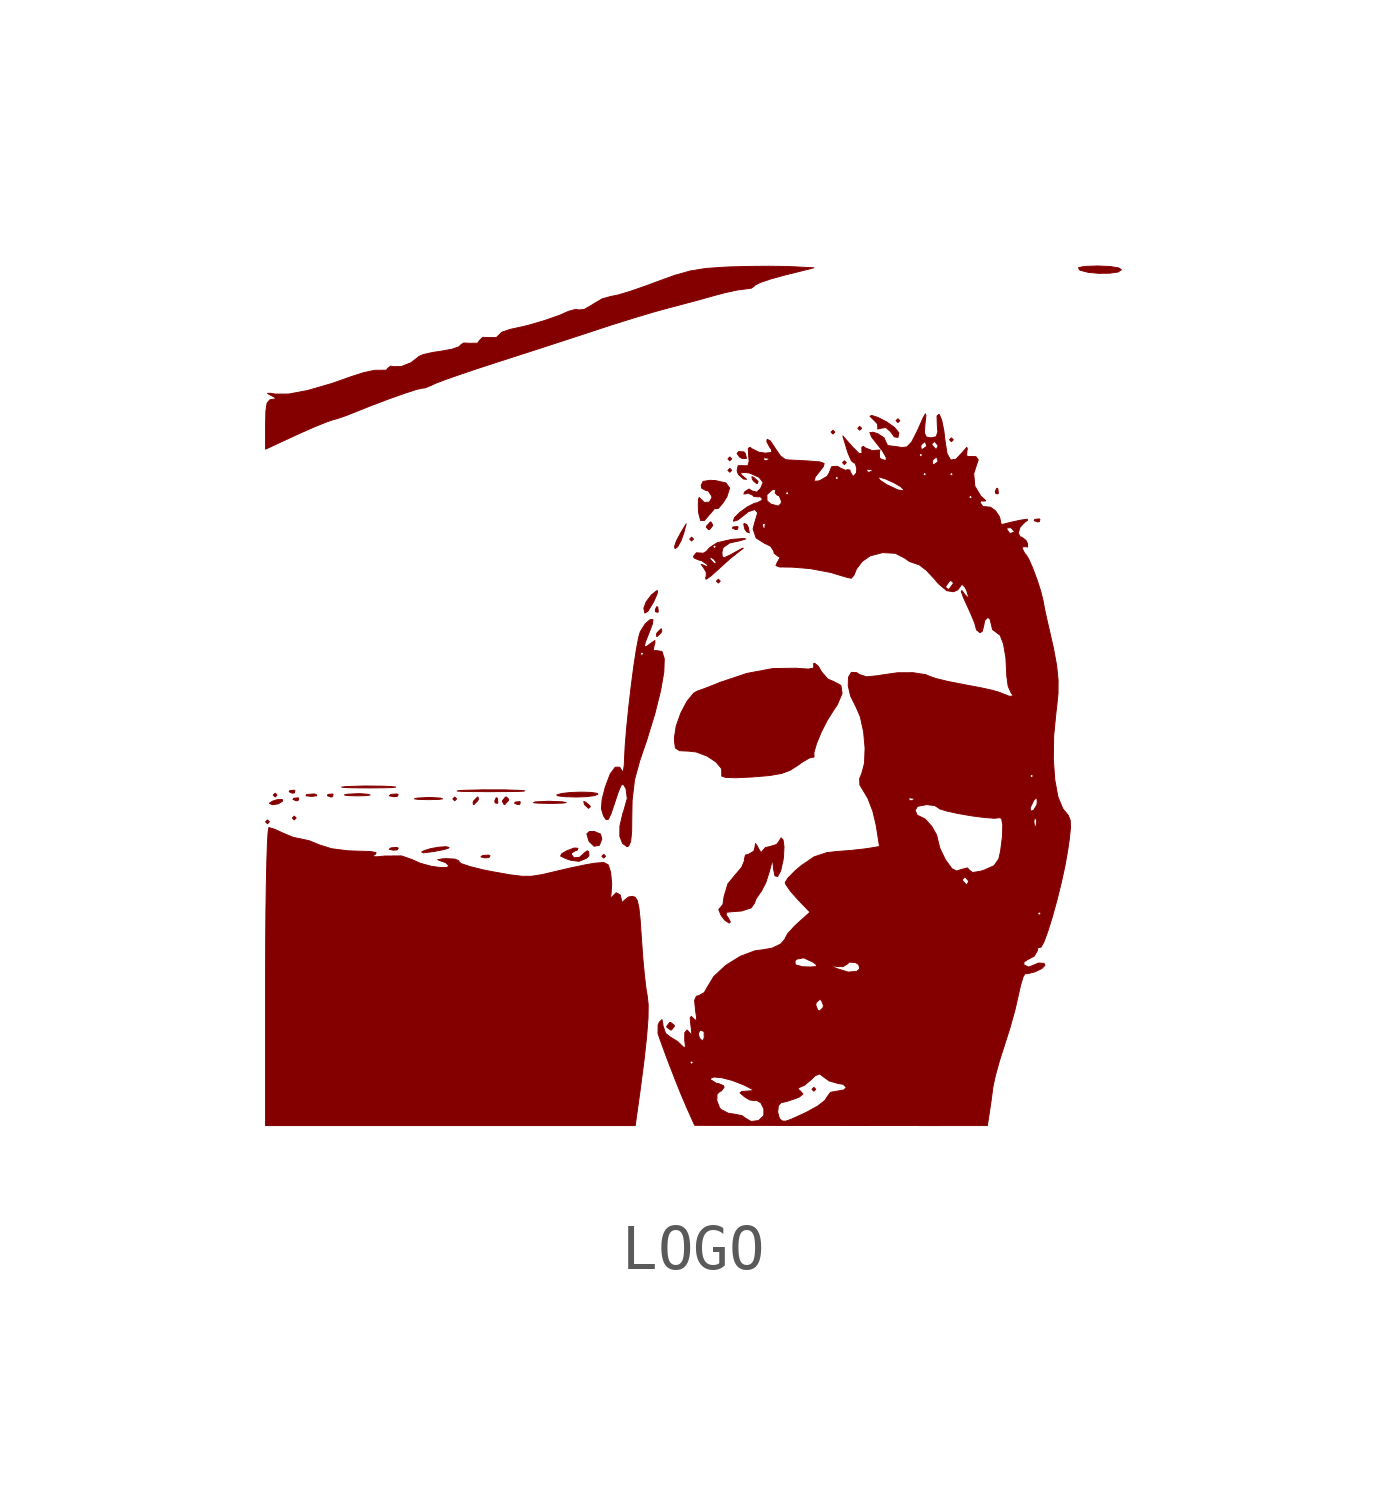
<source format=kicad_sym>
(kicad_symbol_lib
  (version 20220914)
  (generator "bitmap2component")
  (generator_version "9.0")
  (symbol "LOGO"
    (pin_names
      (offset 1.016))
    (property "Reference" "#G"
      (at 0 8.89 0)
      (effects (font (size 1.27 1.27)) hide))
    (symbol "LOGO_0_0"
      (polyline (pts (xy -1.272 -9.081) (xy -1.229 -8.775) (xy -1.14 -8.09) (xy -1.081 -7.551) (xy -1.05 -7.142) (xy -1.046 -6.847) (xy -1.068 -6.651) (xy -1.093 -6.505) (xy -1.129 -6.202) (xy -1.165 -5.816) (xy -1.195 -5.397) (xy -1.196 -5.383) (xy -1.224 -4.971) (xy -1.252 -4.699) (xy -1.288 -4.539) (xy -1.336 -4.464) (xy -1.402 -4.445) (xy -1.484 -4.46) (xy -1.595 -4.551) (xy -1.623 -4.589) (xy -1.644 -4.508) (xy -1.667 -4.414) (xy -1.756 -4.365) (xy -1.857 -4.466) (xy -1.881 -4.483) (xy -1.868 -4.369) (xy -1.855 -4.174) (xy -1.879 -3.917) (xy -1.882 -3.904) (xy -1.932 -3.748) (xy -2.03 -3.695) (xy -2.235 -3.711) (xy -2.455 -3.75) (xy -2.781 -3.819) (xy -3.128 -3.9) (xy -3.404 -3.965) (xy -3.631 -4) (xy -3.852 -4) (xy -4.123 -3.966) (xy -4.503 -3.898) (xy -4.708 -3.857) (xy -4.998 -3.785) (xy -5.188 -3.721) (xy -5.244 -3.674) (xy -5.241 -3.658) (xy -5.327 -3.62) (xy -5.52 -3.61) (xy -5.611 -3.615) (xy -5.711 -3.633) (xy -5.652 -3.658) (xy -5.533 -3.697) (xy -5.461 -3.768) (xy -5.501 -3.803) (xy -5.655 -3.808) (xy -5.874 -3.774) (xy -6.104 -3.71) (xy -6.291 -3.626) (xy -6.515 -3.549) (xy -6.883 -3.552) (xy -7.054 -3.569) (xy -7.163 -3.564) (xy -7.112 -3.523) (xy -7.088 -3.511) (xy -7.078 -3.473) (xy -7.214 -3.451) (xy -7.508 -3.443) (xy -7.705 -3.436) (xy -8.07 -3.389) (xy -8.329 -3.307) (xy -8.336 -3.304) (xy -8.558 -3.213) (xy -8.738 -3.174) (xy -8.914 -3.138) (xy -9.133 -3.047) (xy -9.139 -3.044) (xy -9.329 -2.957) (xy -9.45 -2.921) (xy -9.453 -2.923) (xy -9.47 -3.028) (xy -9.485 -3.283) (xy -9.498 -3.672) (xy -9.509 -4.177) (xy -9.518 -4.782) (xy -9.523 -5.469) (xy -9.525 -6.223) (xy -9.525 -9.525) (xy -5.43 -9.525) (xy -1.334 -9.525) (xy -1.272 -9.081)) (stroke (width 0.01) (type default)) (fill (type outline)))
      (polyline (pts (xy 6.512 -9.25) (xy 6.552 -8.978) (xy 6.592 -8.678) (xy 6.594 -8.66) (xy 6.646 -8.421) (xy 6.736 -8.095) (xy 6.847 -7.747) (xy 6.97 -7.362) (xy 7.082 -6.959) (xy 7.158 -6.627) (xy 7.205 -6.414) (xy 7.263 -6.224) (xy 7.308 -6.157) (xy 7.362 -6.159) (xy 7.522 -6.119) (xy 7.677 -6.045) (xy 7.747 -5.971) (xy 7.724 -5.93) (xy 7.604 -5.923) (xy 7.435 -5.994) (xy 7.387 -6.012) (xy 7.279 -5.965) (xy 7.281 -5.897) (xy 7.4 -5.826) (xy 7.506 -5.772) (xy 7.578 -5.649) (xy 7.586 -5.589) (xy 7.636 -5.575) (xy 7.657 -5.572) (xy 7.722 -5.457) (xy 7.808 -5.224) (xy 7.908 -4.905) (xy 8.011 -4.532) (xy 8.109 -4.136) (xy 8.193 -3.75) (xy 8.253 -3.405) (xy 8.285 -3.182) (xy 8.312 -2.923) (xy 8.306 -2.761) (xy 8.261 -2.649) (xy 8.175 -2.545) (xy 8.139 -2.499) (xy 8.034 -2.243) (xy 7.964 -1.865) (xy 7.931 -1.402) (xy 7.939 -0.889) (xy 7.991 -0.361) (xy 8.001 -0.285) (xy 8.035 0.044) (xy 8.037 0.346) (xy 8.005 0.669) (xy 7.933 1.06) (xy 7.817 1.566) (xy 7.792 1.674) (xy 7.738 1.918) (xy 7.71 2.074) (xy 7.706 2.098) (xy 7.656 2.304) (xy 7.572 2.566) (xy 7.474 2.828) (xy 7.382 3.037) (xy 7.317 3.137) (xy 7.3 3.149) (xy 7.239 3.27) (xy 7.245 3.298) (xy 7.323 3.303) (xy 7.362 3.295) (xy 7.356 3.382) (xy 7.322 3.446) (xy 7.23 3.514) (xy 7.199 3.519) (xy 7.154 3.602) (xy 7.193 3.734) (xy 7.303 3.849) (xy 7.361 3.889) (xy 7.353 3.913) (xy 7.197 3.889) (xy 6.992 3.845) (xy 6.832 3.804) (xy 6.786 3.795) (xy 6.761 3.833) (xy 6.766 3.843) (xy 6.74 3.962) (xy 6.647 4.101) (xy 6.54 4.178) (xy 6.534 4.179) (xy 6.392 4.191) (xy 6.369 4.194) (xy 6.308 4.281) (xy 6.32 4.316) (xy 6.413 4.316) (xy 6.419 4.313) (xy 6.432 4.325) (xy 6.333 4.417) (xy 6.321 4.427) (xy 6.192 4.644) (xy 6.167 4.922) (xy 6.252 5.186) (xy 6.269 5.226) (xy 6.216 5.299) (xy 6.035 5.303) (xy 6.009 5.323) (xy 6.019 5.441) (xy 6.026 5.467) (xy 6.014 5.505) (xy 5.921 5.398) (xy 5.773 5.24) (xy 5.655 5.224) (xy 5.575 5.368) (xy 5.528 5.676) (xy 5.506 5.867) (xy 5.459 6.101) (xy 5.407 6.226) (xy 5.395 6.236) (xy 5.354 6.2) (xy 5.36 6.011) (xy 5.372 5.846) (xy 5.336 5.74) (xy 5.221 5.715) (xy 5.116 5.734) (xy 5.074 5.824) (xy 5.088 6.033) (xy 5.09 6.045) (xy 5.108 6.209) (xy 5.096 6.247) (xy 5.043 6.151) (xy 4.936 5.909) (xy 4.913 5.858) (xy 4.792 5.622) (xy 4.719 5.546) (xy 4.995 5.546) (xy 5.013 5.571) (xy 5.085 5.63) (xy 5.093 5.628) (xy 5.111 5.579) (xy 5.236 5.579) (xy 5.287 5.63) (xy 5.311 5.627) (xy 5.376 5.546) (xy 5.375 5.527) (xy 5.339 5.461) (xy 5.325 5.465) (xy 5.249 5.546) (xy 5.236 5.579) (xy 5.111 5.579) (xy 5.122 5.546) (xy 5.119 5.522) (xy 5.033 5.461) (xy 5.002 5.468) (xy 4.995 5.546) (xy 4.719 5.546) (xy 4.688 5.514) (xy 4.573 5.501) (xy 4.466 5.519) (xy 4.297 5.539) (xy 4.257 5.549) (xy 4.212 5.638) (xy 4.181 5.715) (xy 4.043 5.805) (xy 3.942 5.839) (xy 3.865 5.832) (xy 3.906 5.732) (xy 4.067 5.526) (xy 4.141 5.433) (xy 4.198 5.334) (xy 4.953 5.334) (xy 4.995 5.376) (xy 5.038 5.334) (xy 4.995 5.292) (xy 4.953 5.334) (xy 4.198 5.334) (xy 4.23 5.278) (xy 4.221 5.208) (xy 4.111 5.247) (xy 4.079 5.276) (xy 4.077 5.397) (xy 4.09 5.446) (xy 4.003 5.44) (xy 3.93 5.428) (xy 3.772 5.489) (xy 3.719 5.529) (xy 3.687 5.503) (xy 3.687 5.502) (xy 3.692 5.366) (xy 3.624 5.371) (xy 3.475 5.52) (xy 3.267 5.757) (xy 3.361 5.443) (xy 3.382 5.378) (xy 3.454 5.212) (xy 3.459 5.207) (xy 5.249 5.207) (xy 5.267 5.232) (xy 5.339 5.292) (xy 5.347 5.29) (xy 5.376 5.207) (xy 5.373 5.184) (xy 5.287 5.122) (xy 5.256 5.129) (xy 5.249 5.207) (xy 3.459 5.207) (xy 3.509 5.162) (xy 3.543 5.151) (xy 3.575 5.032) (xy 3.574 5.01) (xy 3.796 5.01) (xy 3.808 5.02) (xy 3.909 5.01) (xy 3.922 4.984) (xy 3.852 4.953) (xy 3.808 4.959) (xy 3.796 5.01) (xy 3.574 5.01) (xy 3.568 4.938) (xy 3.545 4.911) (xy 5.038 4.911) (xy 5.08 4.953) (xy 5.122 4.911) (xy 5.63 4.911) (xy 5.673 4.953) (xy 5.715 4.911) (xy 5.673 4.868) (xy 5.63 4.911) (xy 5.122 4.911) (xy 5.08 4.868) (xy 5.038 4.911) (xy 3.545 4.911) (xy 3.508 4.868) (xy 3.482 4.874) (xy 3.429 4.967) (xy 3.425 5.001) (xy 3.373 5.01) (xy 3.326 4.995) (xy 3.202 5.051) (xy 3.148 5.085) (xy 3.019 5.076) (xy 2.963 4.934) (xy 2.918 4.861) (xy 2.858 4.826) (xy 3.09 4.826) (xy 3.133 4.868) (xy 3.161 4.84) (xy 4.05 4.84) (xy 4.077 4.845) (xy 4.21 4.806) (xy 4.389 4.726) (xy 4.547 4.636) (xy 4.614 4.57) (xy 4.598 4.542) (xy 4.485 4.562) (xy 4.248 4.673) (xy 4.231 4.683) (xy 4.087 4.778) (xy 4.05 4.84) (xy 3.161 4.84) (xy 3.175 4.826) (xy 3.133 4.784) (xy 3.09 4.826) (xy 2.858 4.826) (xy 2.768 4.773) (xy 2.722 4.758) (xy 2.627 4.755) (xy 2.655 4.848) (xy 2.808 5.045) (xy 2.838 5.084) (xy 2.852 5.148) (xy 2.756 5.182) (xy 2.519 5.201) (xy 2.396 5.208) (xy 2.153 5.221) (xy 2.006 5.229) (xy 2 5.23) (xy 1.886 5.311) (xy 1.767 5.483) (xy 1.754 5.507) (xy 1.656 5.65) (xy 1.59 5.683) (xy 1.582 5.631) (xy 1.649 5.505) (xy 1.685 5.459) (xy 1.69 5.392) (xy 1.551 5.376) (xy 1.405 5.397) (xy 1.247 5.476) (xy 1.212 5.505) (xy 1.171 5.483) (xy 1.18 5.316) (xy 1.185 5.263) (xy 1.51 5.263) (xy 1.522 5.274) (xy 1.623 5.263) (xy 1.636 5.238) (xy 1.566 5.207) (xy 1.522 5.213) (xy 1.51 5.263) (xy 1.185 5.263) (xy 1.191 5.196) (xy 1.163 5.096) (xy 1.057 5.098) (xy 0.947 5.099) (xy 0.924 4.987) (xy 0.952 4.904) (xy 1.066 4.803) (xy 1.066 4.803) (xy 1.134 4.796) (xy 1.058 4.861) (xy 1.032 4.88) (xy 0.988 4.937) (xy 1.101 4.949) (xy 1.209 4.933) (xy 1.409 4.842) (xy 1.413 4.839) (xy 1.501 4.728) (xy 1.444 4.593) (xy 1.358 4.511) (xy 1.251 4.54) (xy 1.189 4.581) (xy 1.097 4.524) (xy 1.073 4.471) (xy 1.124 4.476) (xy 1.163 4.491) (xy 1.246 4.455) (xy 1.583 4.455) (xy 1.698 4.562) (xy 1.764 4.577) (xy 1.777 4.529) (xy 1.764 4.497) (xy 1.774 4.487) (xy 1.99 4.487) (xy 2.032 4.53) (xy 2.074 4.487) (xy 2.032 4.445) (xy 1.99 4.487) (xy 1.774 4.487) (xy 1.815 4.445) (xy 1.857 4.431) (xy 1.869 4.403) (xy 6.054 4.403) (xy 6.096 4.445) (xy 6.138 4.403) (xy 6.096 4.36) (xy 6.054 4.403) (xy 1.869 4.403) (xy 1.905 4.318) (xy 1.901 4.263) (xy 1.838 4.202) (xy 1.672 4.247) (xy 1.587 4.32) (xy 1.583 4.455) (xy 1.246 4.455) (xy 1.27 4.445) (xy 1.294 4.417) (xy 1.403 4.406) (xy 1.431 4.418) (xy 1.482 4.365) (xy 1.471 4.328) (xy 1.366 4.276) (xy 1.305 4.263) (xy 1.149 4.183) (xy 0.986 4.065) (xy 0.866 3.947) (xy 0.843 3.871) (xy 0.847 3.867) (xy 0.942 3.897) (xy 1.092 4.014) (xy 1.174 4.08) (xy 1.317 4.127) (xy 1.38 4.055) (xy 1.328 3.883) (xy 1.296 3.768) (xy 1.482 3.768) (xy 1.488 3.812) (xy 1.538 3.824) (xy 1.548 3.812) (xy 1.538 3.711) (xy 1.513 3.698) (xy 1.482 3.768) (xy 1.296 3.768) (xy 1.278 3.698) (xy 1.281 3.688) (xy 6.9 3.688) (xy 6.907 3.719) (xy 6.985 3.725) (xy 7.01 3.708) (xy 7.07 3.636) (xy 7.067 3.627) (xy 6.985 3.598) (xy 6.962 3.602) (xy 6.9 3.688) (xy 1.281 3.688) (xy 1.345 3.497) (xy 1.534 3.377) (xy 1.664 3.316) (xy 1.736 3.208) (xy 1.745 3.158) (xy 1.831 3.09) (xy 1.878 3.069) (xy 1.823 2.967) (xy 1.814 2.955) (xy 1.785 2.885) (xy 1.867 2.854) (xy 2.088 2.851) (xy 2.137 2.851) (xy 2.541 2.818) (xy 2.984 2.735) (xy 3.365 2.622) (xy 3.455 2.604) (xy 3.514 2.674) (xy 3.514 2.674) (xy 3.568 2.809) (xy 3.698 2.979) (xy 3.87 3.099) (xy 4.148 3.172) (xy 4.43 3.157) (xy 4.644 3.048) (xy 4.738 2.977) (xy 4.901 2.921) (xy 4.959 2.902) (xy 5.116 2.783) (xy 5.294 2.592) (xy 5.387 2.483) (xy 5.482 2.403) (xy 5.546 2.403) (xy 5.549 2.428) (xy 5.63 2.54) (xy 5.663 2.554) (xy 5.715 2.508) (xy 5.712 2.483) (xy 5.63 2.371) (xy 5.598 2.357) (xy 5.546 2.403) (xy 5.482 2.403) (xy 5.57 2.328) (xy 5.721 2.305) (xy 5.814 2.347) (xy 5.886 2.444) (xy 5.902 2.476) (xy 5.969 2.413) (xy 6.009 2.341) (xy 6.051 2.201) (xy 6.036 2.176) (xy 5.969 2.244) (xy 5.905 2.331) (xy 5.891 2.311) (xy 5.942 2.17) (xy 6.054 1.925) (xy 6.101 1.822) (xy 6.189 1.611) (xy 6.223 1.486) (xy 6.226 1.462) (xy 6.308 1.397) (xy 6.357 1.429) (xy 6.392 1.566) (xy 6.408 1.665) (xy 6.477 1.736) (xy 6.526 1.704) (xy 6.562 1.566) (xy 6.583 1.468) (xy 6.678 1.397) (xy 6.753 1.342) (xy 6.828 1.147) (xy 6.88 0.843) (xy 6.899 0.462) (xy 6.9 0.435) (xy 6.931 0.21) (xy 6.996 0.065) (xy 7.045 -0.001) (xy 6.975 -0.013) (xy 6.935 -0.005) (xy 6.764 0.064) (xy 6.746 0.072) (xy 6.587 0.119) (xy 6.32 0.178) (xy 5.991 0.24) (xy 5.905 0.256) (xy 5.585 0.319) (xy 5.335 0.38) (xy 5.205 0.425) (xy 5.104 0.467) (xy 4.823 0.511) (xy 4.474 0.509) (xy 4.118 0.458) (xy 4.066 0.447) (xy 3.793 0.419) (xy 3.635 0.47) (xy 3.574 0.512) (xy 3.456 0.518) (xy 3.392 0.41) (xy 3.386 0.223) (xy 3.44 -0.008) (xy 3.56 -0.248) (xy 3.654 -0.465) (xy 3.727 -0.797) (xy 3.76 -1.162) (xy 3.747 -1.496) (xy 3.684 -1.734) (xy 3.664 -1.778) (xy 7.408 -1.778) (xy 7.451 -1.736) (xy 7.493 -1.778) (xy 7.451 -1.82) (xy 7.408 -1.778) (xy 3.664 -1.778) (xy 3.64 -1.833) (xy 3.645 -1.978) (xy 3.757 -2.163) (xy 3.821 -2.272) (xy 4.727 -2.272) (xy 4.74 -2.262) (xy 4.84 -2.272) (xy 4.853 -2.297) (xy 4.784 -2.328) (xy 4.739 -2.322) (xy 4.727 -2.272) (xy 3.821 -2.272) (xy 3.824 -2.278) (xy 3.925 -2.54) (xy 4.868 -2.54) (xy 4.921 -2.451) (xy 5.122 -2.413) (xy 5.125 -2.413) (xy 5.303 -2.433) (xy 5.376 -2.478) (xy 5.383 -2.483) (xy 7.418 -2.483) (xy 7.493 -2.328) (xy 7.504 -2.311) (xy 7.563 -2.25) (xy 7.576 -2.345) (xy 7.567 -2.419) (xy 7.493 -2.54) (xy 7.431 -2.557) (xy 7.418 -2.483) (xy 5.383 -2.483) (xy 5.415 -2.508) (xy 5.581 -2.558) (xy 5.833 -2.612) (xy 6.123 -2.662) (xy 6.403 -2.698) (xy 6.625 -2.715) (xy 6.741 -2.703) (xy 6.785 -2.718) (xy 6.797 -2.787) (xy 7.5 -2.787) (xy 7.513 -2.704) (xy 7.551 -2.736) (xy 7.564 -2.785) (xy 7.544 -2.898) (xy 7.515 -2.897) (xy 7.5 -2.787) (xy 6.797 -2.787) (xy 6.811 -2.862) (xy 6.804 -3.115) (xy 6.762 -3.447) (xy 6.722 -3.618) (xy 6.619 -3.765) (xy 6.407 -3.861) (xy 6.314 -3.89) (xy 6.142 -3.917) (xy 6.072 -3.865) (xy 6.027 -3.815) (xy 5.884 -3.852) (xy 5.79 -3.884) (xy 5.683 -3.832) (xy 5.552 -3.651) (xy 5.526 -3.607) (xy 5.418 -3.381) (xy 5.373 -3.207) (xy 5.347 -3.091) (xy 5.239 -2.898) (xy 5.094 -2.735) (xy 4.96 -2.667) (xy 4.918 -2.653) (xy 4.868 -2.54) (xy 3.925 -2.54) (xy 3.932 -2.558) (xy 4.006 -2.871) (xy 4.08 -3.341) (xy 3.818 -3.384) (xy 3.728 -3.397) (xy 3.441 -3.428) (xy 3.129 -3.452) (xy 2.913 -3.476) (xy 2.632 -3.569) (xy 2.346 -3.764) (xy 2.208 -3.881) (xy 2.051 -4.04) (xy 2.03 -4.074) (xy 5.913 -4.074) (xy 5.964 -4.022) (xy 5.989 -4.025) (xy 6.054 -4.106) (xy 6.053 -4.125) (xy 6.016 -4.191) (xy 6.003 -4.187) (xy 5.927 -4.106) (xy 5.913 -4.074) (xy 2.03 -4.074) (xy 1.99 -4.138) (xy 2.002 -4.177) (xy 2.101 -4.323) (xy 2.265 -4.51) (xy 2.54 -4.795) (xy 2.506 -4.826) (xy 7.578 -4.826) (xy 7.62 -4.784) (xy 7.662 -4.826) (xy 7.62 -4.868) (xy 7.578 -4.826) (xy 2.506 -4.826) (xy 2.265 -5.042) (xy 2.194 -5.109) (xy 2.048 -5.269) (xy 1.99 -5.372) (xy 1.986 -5.393) (xy 1.889 -5.502) (xy 1.701 -5.593) (xy 1.49 -5.63) (xy 1.322 -5.651) (xy 0.993 -5.775) (xy 0.83 -5.877) (xy 2.206 -5.877) (xy 2.242 -5.837) (xy 2.402 -5.808) (xy 2.61 -5.905) (xy 2.675 -5.956) (xy 2.68 -5.98) (xy 3.022 -5.98) (xy 3.15 -6.001) (xy 3.271 -6.003) (xy 3.366 -5.945) (xy 3.409 -5.904) (xy 3.545 -5.911) (xy 3.62 -5.958) (xy 3.641 -6.053) (xy 3.578 -6.106) (xy 3.385 -6.124) (xy 3.133 -6.046) (xy 3.055 -6.008) (xy 3.022 -5.98) (xy 2.68 -5.98) (xy 2.684 -6.002) (xy 2.542 -6.011) (xy 2.373 -6.005) (xy 2.213 -5.962) (xy 2.206 -5.877) (xy 0.83 -5.877) (xy 0.67 -5.978) (xy 0.406 -6.223) (xy 0.255 -6.474) (xy 0.198 -6.576) (xy 0.075 -6.646) (xy 0.022 -6.658) (xy -0.018 -6.749) (xy -0.008 -6.858) (xy 2.667 -6.858) (xy 2.676 -6.8) (xy 2.752 -6.731) (xy 2.791 -6.745) (xy 2.836 -6.858) (xy 2.827 -6.916) (xy 2.752 -6.985) (xy 2.713 -6.971) (xy 2.667 -6.858) (xy -0.008 -6.858) (xy 0.002 -6.964) (xy 0.025 -7.125) (xy 0.015 -7.205) (xy -0.043 -7.154) (xy -0.091 -7.104) (xy -0.116 -7.141) (xy -0.098 -7.324) (xy -0.09 -7.379) (xy -0.081 -7.495) (xy 0.063 -7.495) (xy 0.097 -7.412) (xy 0.178 -7.431) (xy 0.194 -7.457) (xy 0.194 -7.589) (xy 0.157 -7.653) (xy 0.092 -7.589) (xy 0.063 -7.495) (xy -0.081 -7.495) (xy -0.08 -7.513) (xy -0.098 -7.514) (xy -0.11 -7.486) (xy -0.185 -7.407) (xy -0.236 -7.467) (xy -0.237 -7.641) (xy -0.222 -7.752) (xy -0.237 -7.813) (xy -0.312 -7.742) (xy -0.39 -7.666) (xy -0.572 -7.554) (xy -0.662 -7.48) (xy -0.721 -7.305) (xy -0.721 -7.278) (xy -0.741 -7.178) (xy -0.798 -7.231) (xy -0.827 -7.298) (xy -0.829 -7.485) (xy -0.773 -7.646) (xy -0.639 -8.013) (xy -0.595 -8.128) (xy -0.127 -8.128) (xy -0.085 -8.086) (xy -0.042 -8.128) (xy -0.085 -8.17) (xy -0.127 -8.128) (xy -0.595 -8.128) (xy -0.479 -8.427) (xy -0.459 -8.48) (xy 0.331 -8.48) (xy 0.407 -8.448) (xy 0.582 -8.464) (xy 0.813 -8.523) (xy 1.058 -8.618) (xy 1.105 -8.64) (xy 1.256 -8.718) (xy 1.264 -8.752) (xy 1.143 -8.762) (xy 1.028 -8.768) (xy 0.987 -8.8) (xy 1.092 -8.89) (xy 1.208 -8.958) (xy 1.315 -8.973) (xy 1.35 -8.962) (xy 1.449 -9.02) (xy 1.518 -9.155) (xy 1.517 -9.229) (xy 1.823 -9.229) (xy 1.837 -9.085) (xy 1.899 -9.017) (xy 2.019 -8.992) (xy 2.214 -8.927) (xy 2.303 -8.891) (xy 2.383 -8.826) (xy 2.325 -8.759) (xy 2.265 -8.71) (xy 2.304 -8.68) (xy 2.415 -8.633) (xy 2.568 -8.504) (xy 2.655 -8.418) (xy 2.754 -8.381) (xy 2.862 -8.462) (xy 2.966 -8.536) (xy 3.169 -8.594) (xy 3.273 -8.61) (xy 3.344 -8.678) (xy 3.292 -8.734) (xy 3.133 -8.763) (xy 2.995 -8.788) (xy 2.921 -8.887) (xy 2.875 -8.963) (xy 2.711 -9.092) (xy 2.468 -9.226) (xy 2.352 -9.281) (xy 2.126 -9.384) (xy 1.998 -9.428) (xy 1.928 -9.425) (xy 1.877 -9.384) (xy 1.861 -9.365) (xy 1.823 -9.229) (xy 1.517 -9.229) (xy 1.516 -9.303) (xy 1.516 -9.304) (xy 1.4 -9.414) (xy 1.232 -9.435) (xy 1.101 -9.356) (xy 1.031 -9.305) (xy 0.859 -9.271) (xy 0.73 -9.252) (xy 0.567 -9.169) (xy 0.534 -9.129) (xy 0.474 -8.974) (xy 0.479 -8.828) (xy 0.55 -8.763) (xy 0.571 -8.761) (xy 0.635 -8.678) (xy 0.622 -8.641) (xy 0.513 -8.594) (xy 0.461 -8.587) (xy 0.339 -8.51) (xy 0.331 -8.48) (xy -0.459 -8.48) (xy -0.323 -8.819) (xy -0.195 -9.12) (xy -0.016 -9.52) (xy 3.227 -9.523) (xy 6.469 -9.526) (xy 6.512 -9.25)) (stroke (width 0.01) (type default)) (fill (type outline)))
      (polyline (pts (xy -0.53 -7.406) (xy -0.466 -7.324) (xy -0.468 -7.303) (xy -0.55 -7.239) (xy -0.571 -7.241) (xy -0.635 -7.324) (xy -0.633 -7.344) (xy -0.55 -7.408) (xy -0.53 -7.406)) (stroke (width 0.01) (type default)) (fill (type outline)))
      (polyline (pts (xy 0.774 -5.013) (xy 0.72 -4.911) (xy 0.683 -4.862) (xy 0.684 -4.798) (xy 0.829 -4.784) (xy 1.028 -4.769) (xy 1.235 -4.7) (xy 1.312 -4.591) (xy 1.336 -4.512) (xy 1.437 -4.363) (xy 1.458 -4.337) (xy 1.559 -4.142) (xy 1.64 -3.89) (xy 1.644 -3.874) (xy 1.692 -3.694) (xy 1.716 -3.669) (xy 1.727 -3.789) (xy 1.729 -3.828) (xy 1.763 -3.992) (xy 1.822 -4.005) (xy 1.888 -3.882) (xy 1.944 -3.633) (xy 1.952 -3.569) (xy 1.963 -3.347) (xy 1.942 -3.196) (xy 1.9 -3.149) (xy 1.844 -3.239) (xy 1.797 -3.296) (xy 1.644 -3.344) (xy 1.551 -3.363) (xy 1.476 -3.45) (xy 1.454 -3.478) (xy 1.397 -3.387) (xy 1.375 -3.336) (xy 1.332 -3.275) (xy 1.318 -3.365) (xy 1.294 -3.444) (xy 1.176 -3.514) (xy 1.109 -3.53) (xy 1.084 -3.627) (xy 1.087 -3.655) (xy 1.027 -3.8) (xy 0.881 -3.973) (xy 0.719 -4.17) (xy 0.635 -4.452) (xy 0.61 -4.625) (xy 0.55 -4.699) (xy 0.517 -4.736) (xy 0.57 -4.868) (xy 0.652 -4.974) (xy 0.75 -5.038) (xy 0.774 -5.013)) (stroke (width 0.01) (type default)) (fill (type outline)))
      (polyline (pts (xy -2.416 -3.602) (xy -2.36 -3.548) (xy -2.364 -3.455) (xy -2.399 -3.436) (xy -2.474 -3.493) (xy -2.479 -3.505) (xy -2.574 -3.584) (xy -2.693 -3.589) (xy -2.752 -3.514) (xy -2.746 -3.486) (xy -2.653 -3.429) (xy -2.619 -3.425) (xy -2.603 -3.38) (xy -2.686 -3.374) (xy -2.848 -3.435) (xy -2.96 -3.499) (xy -2.988 -3.552) (xy -2.877 -3.606) (xy -2.768 -3.644) (xy -2.58 -3.669) (xy -2.416 -3.602)) (stroke (width 0.01) (type default)) (fill (type outline)))
      (polyline (pts (xy -4.578 -3.586) (xy -4.553 -3.547) (xy -4.583 -3.53) (xy -4.715 -3.54) (xy -4.754 -3.571) (xy -4.664 -3.592) (xy -4.578 -3.586)) (stroke (width 0.01) (type default)) (fill (type outline)))
      (polyline (pts (xy -1.99 -3.556) (xy -2.032 -3.514) (xy -2.074 -3.556) (xy -2.032 -3.598) (xy -1.99 -3.556)) (stroke (width 0.01) (type default)) (fill (type outline)))
      (polyline (pts (xy -5.842 -3.458) (xy -5.769 -3.446) (xy -5.567 -3.407) (xy -5.468 -3.375) (xy -5.46 -3.362) (xy -5.529 -3.345) (xy -5.683 -3.356) (xy -5.864 -3.387) (xy -6.011 -3.433) (xy -6.066 -3.462) (xy -6.034 -3.48) (xy -5.842 -3.458)) (stroke (width 0.01) (type default)) (fill (type outline)))
      (polyline (pts (xy -6.61 -3.416) (xy -6.585 -3.378) (xy -6.615 -3.361) (xy -6.747 -3.371) (xy -6.786 -3.402) (xy -6.696 -3.422) (xy -6.61 -3.416)) (stroke (width 0.01) (type default)) (fill (type outline)))
      (polyline (pts (xy -2.128 -3.313) (xy -2.074 -3.175) (xy -2.102 -3.066) (xy -2.244 -3.006) (xy -2.351 -3.01) (xy -2.406 -3.06) (xy -2.362 -3.21) (xy -2.352 -3.233) (xy -2.244 -3.335) (xy -2.128 -3.313)) (stroke (width 0.01) (type default)) (fill (type outline)))
      (polyline (pts (xy -1.479 -3.33) (xy -1.435 -3.228) (xy -1.413 -3.009) (xy -1.409 -2.646) (xy -1.403 -2.324) (xy -1.35 -1.862) (xy -1.234 -1.439) (xy -1.081 -0.992) (xy -0.897 -0.391) (xy -0.77 0.12) (xy -0.7 0.528) (xy -0.69 0.82) (xy -0.742 0.981) (xy -0.857 1) (xy -0.934 0.999) (xy -0.916 1.113) (xy -0.897 1.167) (xy -0.899 1.224) (xy -1 1.154) (xy -1.083 1.092) (xy -1.133 1.085) (xy -1.11 1.189) (xy -1.016 1.426) (xy -0.952 1.594) (xy -0.941 1.688) (xy -1.005 1.686) (xy -1.11 1.596) (xy -1.222 1.418) (xy -1.258 1.293) (xy -1.31 1.02) (xy -1.323 0.931) (xy -1.228 0.931) (xy -1.185 0.974) (xy -1.143 0.931) (xy -1.185 0.889) (xy -1.228 0.931) (xy -1.323 0.931) (xy -1.367 0.646) (xy -1.424 0.208) (xy -1.478 -0.257) (xy -1.524 -0.711) (xy -1.557 -1.117) (xy -1.573 -1.439) (xy -1.576 -1.526) (xy -1.595 -1.666) (xy -1.623 -1.672) (xy -1.678 -1.584) (xy -1.778 -1.584) (xy -1.888 -1.734) (xy -1.997 -2.024) (xy -2.067 -2.296) (xy -2.083 -2.506) (xy -2.035 -2.662) (xy -1.98 -2.744) (xy -1.93 -2.739) (xy -1.871 -2.616) (xy -1.783 -2.353) (xy -1.704 -2.116) (xy -1.643 -1.978) (xy -1.595 -1.963) (xy -1.544 -2.049) (xy -1.537 -2.065) (xy -1.51 -2.276) (xy -1.59 -2.559) (xy -1.609 -2.612) (xy -1.673 -2.885) (xy -1.675 -3.114) (xy -1.614 -3.271) (xy -1.518 -3.344) (xy -1.479 -3.33)) (stroke (width 0.01) (type default)) (fill (type outline)))
      (polyline (pts (xy -9.44 -2.794) (xy -9.483 -2.752) (xy -9.525 -2.794) (xy -9.483 -2.836) (xy -9.44 -2.794)) (stroke (width 0.01) (type default)) (fill (type outline)))
      (polyline (pts (xy -8.848 -2.709) (xy -8.89 -2.667) (xy -8.932 -2.709) (xy -8.89 -2.752) (xy -8.848 -2.709)) (stroke (width 0.01) (type default)) (fill (type outline)))
      (polyline (pts (xy -2.328 -2.46) (xy -2.336 -2.441) (xy -2.426 -2.362) (xy -2.473 -2.342) (xy -2.463 -2.4) (xy -2.452 -2.417) (xy -2.369 -2.495) (xy -2.328 -2.46)) (stroke (width 0.01) (type default)) (fill (type outline)))
      (polyline (pts (xy -9.242 -2.394) (xy -9.149 -2.336) (xy -9.156 -2.298) (xy -9.271 -2.304) (xy -9.371 -2.336) (xy -9.44 -2.381) (xy -9.44 -2.385) (xy -9.369 -2.415) (xy -9.242 -2.394)) (stroke (width 0.01) (type default)) (fill (type outline)))
      (polyline (pts (xy -4.906 -2.409) (xy -4.826 -2.328) (xy -4.81 -2.298) (xy -4.816 -2.244) (xy -4.831 -2.247) (xy -4.911 -2.328) (xy -4.926 -2.358) (xy -4.921 -2.413) (xy -4.906 -2.409)) (stroke (width 0.01) (type default)) (fill (type outline)))
      (polyline (pts (xy -4.378 -2.372) (xy -4.389 -2.272) (xy -4.414 -2.259) (xy -4.445 -2.328) (xy -4.439 -2.373) (xy -4.389 -2.385) (xy -4.378 -2.372)) (stroke (width 0.01) (type default)) (fill (type outline)))
      (polyline (pts (xy -4.225 -2.409) (xy -4.149 -2.328) (xy -4.136 -2.296) (xy -4.186 -2.244) (xy -4.211 -2.247) (xy -4.276 -2.328) (xy -4.275 -2.347) (xy -4.238 -2.413) (xy -4.225 -2.409)) (stroke (width 0.01) (type default)) (fill (type outline)))
      (polyline (pts (xy -3.892 -2.407) (xy -3.881 -2.357) (xy -3.893 -2.346) (xy -3.994 -2.357) (xy -4.007 -2.382) (xy -3.937 -2.413) (xy -3.892 -2.407)) (stroke (width 0.01) (type default)) (fill (type outline)))
      (polyline (pts (xy -3.145 -2.385) (xy -2.937 -2.379) (xy -2.864 -2.367) (xy -2.944 -2.351) (xy -2.955 -2.35) (xy -3.257 -2.338) (xy -3.537 -2.352) (xy -3.564 -2.356) (xy -3.587 -2.371) (xy -3.465 -2.381) (xy -3.217 -2.385) (xy -3.145 -2.385)) (stroke (width 0.01) (type default)) (fill (type outline)))
      (polyline (pts (xy -8.803 -2.322) (xy -8.791 -2.272) (xy -8.804 -2.262) (xy -8.904 -2.272) (xy -8.917 -2.297) (xy -8.848 -2.328) (xy -8.803 -2.322)) (stroke (width 0.01) (type default)) (fill (type outline)))
      (polyline (pts (xy -5.704 -2.298) (xy -5.603 -2.285) (xy -5.65 -2.268) (xy -5.882 -2.253) (xy -6.158 -2.267) (xy -6.16 -2.267) (xy -6.228 -2.284) (xy -6.144 -2.297) (xy -5.927 -2.302) (xy -5.704 -2.298)) (stroke (width 0.01) (type default)) (fill (type outline)))
      (polyline (pts (xy -5.292 -2.286) (xy -5.334 -2.244) (xy -5.376 -2.286) (xy -5.334 -2.328) (xy -5.292 -2.286)) (stroke (width 0.01) (type default)) (fill (type outline)))
      (polyline (pts (xy -9.271 -2.201) (xy -9.313 -2.159) (xy -9.356 -2.201) (xy -9.313 -2.244) (xy -9.271 -2.201)) (stroke (width 0.01) (type default)) (fill (type outline)))
      (polyline (pts (xy -8.393 -2.218) (xy -8.403 -2.188) (xy -8.441 -2.176) (xy -8.615 -2.188) (xy -8.629 -2.217) (xy -8.509 -2.23) (xy -8.393 -2.218)) (stroke (width 0.01) (type default)) (fill (type outline)))
      (polyline (pts (xy -8.041 -2.237) (xy -8.029 -2.187) (xy -8.042 -2.177) (xy -8.142 -2.187) (xy -8.155 -2.213) (xy -8.086 -2.244) (xy -8.041 -2.237)) (stroke (width 0.01) (type default)) (fill (type outline)))
      (polyline (pts (xy -7.304 -2.214) (xy -7.208 -2.201) (xy -7.26 -2.183) (xy -7.452 -2.169) (xy -7.726 -2.183) (xy -7.78 -2.199) (xy -7.702 -2.213) (xy -7.493 -2.218) (xy -7.304 -2.214)) (stroke (width 0.01) (type default)) (fill (type outline)))
      (polyline (pts (xy -6.61 -2.231) (xy -6.585 -2.192) (xy -6.615 -2.176) (xy -6.747 -2.186) (xy -6.786 -2.216) (xy -6.696 -2.237) (xy -6.61 -2.231)) (stroke (width 0.01) (type default)) (fill (type outline)))
      (polyline (pts (xy -2.434 -2.237) (xy -2.236 -2.214) (xy -2.159 -2.18) (xy -2.178 -2.163) (xy -2.312 -2.142) (xy -2.528 -2.136) (xy -2.766 -2.144) (xy -2.968 -2.166) (xy -3.074 -2.199) (xy -3.045 -2.219) (xy -2.889 -2.237) (xy -2.639 -2.244) (xy -2.434 -2.237)) (stroke (width 0.01) (type default)) (fill (type outline)))
      (polyline (pts (xy -8.888 -2.153) (xy -8.876 -2.103) (xy -8.888 -2.092) (xy -8.989 -2.103) (xy -9.002 -2.128) (xy -8.932 -2.159) (xy -8.888 -2.153)) (stroke (width 0.01) (type default)) (fill (type outline)))
      (polyline (pts (xy -4.266 -2.124) (xy -3.969 -2.121) (xy -3.803 -2.114) (xy -3.781 -2.106) (xy -3.916 -2.096) (xy -4.236 -2.086) (xy -4.713 -2.085) (xy -5.144 -2.096) (xy -5.251 -2.103) (xy -5.28 -2.112) (xy -5.161 -2.119) (xy -4.907 -2.124) (xy -4.53 -2.125) (xy -4.266 -2.124)) (stroke (width 0.01) (type default)) (fill (type outline)))
      (polyline (pts (xy -7.181 -2.042) (xy -6.87 -2.039) (xy -6.685 -2.033) (xy -6.641 -2.023) (xy -6.752 -2.012) (xy -6.919 -2.004) (xy -7.338 -2) (xy -7.726 -2.012) (xy -7.754 -2.014) (xy -7.84 -2.025) (xy -7.774 -2.034) (xy -7.568 -2.04) (xy -7.239 -2.042) (xy -7.181 -2.042)) (stroke (width 0.01) (type default)) (fill (type outline)))
      (polyline (pts (xy 1.258 -1.8) (xy 1.258 -1.8) (xy 1.643 -1.768) (xy 1.909 -1.722) (xy 2.103 -1.649) (xy 2.276 -1.537) (xy 2.35 -1.483) (xy 2.521 -1.381) (xy 2.614 -1.358) (xy 2.623 -1.364) (xy 2.629 -1.345) (xy 2.625 -1.261) (xy 2.682 -1.063) (xy 2.787 -0.809) (xy 2.92 -0.545) (xy 3.061 -0.323) (xy 3.147 -0.195) (xy 3.25 0.054) (xy 3.224 0.229) (xy 3.069 0.312) (xy 2.933 0.37) (xy 2.795 0.529) (xy 2.725 0.651) (xy 2.642 0.72) (xy 2.621 0.715) (xy 2.622 0.639) (xy 2.621 0.614) (xy 2.504 0.591) (xy 2.256 0.607) (xy 2.227 0.61) (xy 1.718 0.603) (xy 1.14 0.495) (xy 0.55 0.298) (xy 0.431 0.249) (xy 0.19 0.155) (xy 0.034 0.099) (xy -0.039 0.056) (xy -0.186 -0.124) (xy -0.324 -0.385) (xy -0.426 -0.673) (xy -0.466 -0.934) (xy -0.465 -1.003) (xy -0.443 -1.158) (xy -0.351 -1.218) (xy -0.139 -1.228) (xy 0.015 -1.246) (xy 0.254 -1.334) (xy 0.457 -1.468) (xy 0.581 -1.616) (xy 0.585 -1.749) (xy 0.582 -1.779) (xy 0.669 -1.81) (xy 0.889 -1.817) (xy 1.258 -1.8)) (stroke (width 0.01) (type default)) (fill (type outline)))
      (polyline (pts (xy -0.842 1.316) (xy -0.762 1.397) (xy -0.746 1.427) (xy -0.752 1.482) (xy -0.767 1.478) (xy -0.847 1.397) (xy -0.863 1.367) (xy -0.857 1.312) (xy -0.842 1.316)) (stroke (width 0.01) (type default)) (fill (type outline)))
      (polyline (pts (xy -1.052 1.873) (xy -0.931 2.074) (xy -0.917 2.103) (xy -0.847 2.263) (xy -0.839 2.328) (xy -0.864 2.323) (xy -0.98 2.229) (xy -1.093 2.077) (xy -1.143 1.941) (xy -1.121 1.832) (xy -1.052 1.873)) (stroke (width 0.01) (type default)) (fill (type outline)))
      (polyline (pts (xy -0.823 1.861) (xy -0.833 1.962) (xy -0.858 1.975) (xy -0.889 1.905) (xy -0.883 1.86) (xy -0.833 1.849) (xy -0.823 1.861)) (stroke (width 0.01) (type default)) (fill (type outline)))
      (polyline (pts (xy 0.55 2.54) (xy 0.508 2.582) (xy 0.466 2.54) (xy 0.508 2.498) (xy 0.55 2.54)) (stroke (width 0.01) (type default)) (fill (type outline)))
      (polyline (pts (xy 0.248 2.587) (xy 0.359 2.667) (xy 0.523 2.816) (xy 0.542 2.835) (xy 0.766 3.036) (xy 0.974 3.202) (xy 1.06 3.267) (xy 1.043 3.27) (xy 0.886 3.184) (xy 0.779 3.124) (xy 0.644 3.06) (xy 0.594 3.08) (xy 0.587 3.182) (xy 0.614 3.285) (xy 0.759 3.386) (xy 1.002 3.44) (xy 1.115 3.475) (xy 1.063 3.484) (xy 0.847 3.468) (xy 0.797 3.463) (xy 0.489 3.394) (xy 0.347 3.302) (xy 0.381 3.302) (xy 0.423 3.344) (xy 0.466 3.302) (xy 0.423 3.26) (xy 0.381 3.302) (xy 0.347 3.302) (xy 0.314 3.28) (xy 0.239 3.195) (xy 0.166 3.154) (xy 0.153 3.16) (xy 0.022 3.168) (xy -0.042 3.09) (xy -0.034 3.066) (xy 0.31 3.066) (xy 0.368 3.056) (xy 0.406 3.03) (xy 0.466 2.958) (xy 0.465 2.947) (xy 0.416 2.928) (xy 0.331 3.019) (xy 0.31 3.066) (xy -0.034 3.066) (xy -0.03 3.053) (xy 0.08 3.006) (xy 0.131 2.998) (xy 0.262 2.908) (xy 0.282 2.855) (xy 0.203 2.882) (xy 0.184 2.893) (xy 0.128 2.913) (xy 0.19 2.824) (xy 0.24 2.739) (xy 0.239 2.638) (xy 0.227 2.625) (xy 0.233 2.582) (xy 0.248 2.587)) (stroke (width 0.01) (type default)) (fill (type outline)))
      (polyline (pts (xy -0.394 3.302) (xy -0.322 3.429) (xy -0.26 3.598) (xy -0.205 3.81) (xy -0.332 3.598) (xy -0.42 3.432) (xy -0.463 3.306) (xy -0.45 3.26) (xy -0.394 3.302)) (stroke (width 0.01) (type default)) (fill (type outline)))
      (polyline (pts (xy -0.042 3.471) (xy -0.085 3.514) (xy -0.127 3.471) (xy -0.085 3.429) (xy -0.042 3.471)) (stroke (width 0.01) (type default)) (fill (type outline)))
      (polyline (pts (xy 1.172 3.729) (xy 1.14 3.791) (xy 1.082 3.819) (xy 1.071 3.8) (xy 1.097 3.689) (xy 1.137 3.633) (xy 1.194 3.61) (xy 1.172 3.729)) (stroke (width 0.01) (type default)) (fill (type outline)))
      (polyline (pts (xy 0.316 3.686) (xy 0.381 3.768) (xy 0.38 3.787) (xy 0.344 3.852) (xy 0.33 3.849) (xy 0.254 3.768) (xy 0.241 3.735) (xy 0.291 3.683) (xy 0.316 3.686)) (stroke (width 0.01) (type default)) (fill (type outline)))
      (polyline (pts (xy 0.934 3.689) (xy 0.945 3.74) (xy 0.933 3.75) (xy 0.833 3.74) (xy 0.819 3.714) (xy 0.889 3.683) (xy 0.934 3.689)) (stroke (width 0.01) (type default)) (fill (type outline)))
      (polyline (pts (xy 0.2 3.885) (xy 0.334 4.041) (xy 0.426 4.149) (xy 0.466 4.149) (xy 0.466 4.144) (xy 0.512 4.156) (xy 0.613 4.278) (xy 0.696 4.408) (xy 0.758 4.601) (xy 0.676 4.716) (xy 0.445 4.768) (xy 0.322 4.774) (xy 0.17 4.749) (xy 0.127 4.662) (xy 0.14 4.599) (xy 0.228 4.551) (xy 0.287 4.539) (xy 0.361 4.424) (xy 0.365 4.385) (xy 0.308 4.29) (xy 0.194 4.285) (xy 0.096 4.381) (xy 0.086 4.397) (xy 0.066 4.345) (xy 0.064 4.17) (xy 0.073 4.045) (xy 0.116 3.884) (xy 0.2 3.885)) (stroke (width 0.01) (type default)) (fill (type outline)))
      (polyline (pts (xy 7.622 3.858) (xy 7.634 3.909) (xy 7.622 3.919) (xy 7.521 3.909) (xy 7.508 3.883) (xy 7.578 3.852) (xy 7.622 3.858)) (stroke (width 0.01) (type default)) (fill (type outline)))
      (polyline (pts (xy 6.713 4.486) (xy 6.703 4.586) (xy 6.677 4.599) (xy 6.646 4.53) (xy 6.652 4.485) (xy 6.703 4.473) (xy 6.713 4.486)) (stroke (width 0.01) (type default)) (fill (type outline)))
      (polyline (pts (xy 1.371 4.7) (xy 1.39 4.749) (xy 1.299 4.834) (xy 1.252 4.855) (xy 1.262 4.797) (xy 1.288 4.759) (xy 1.36 4.699) (xy 1.371 4.7)) (stroke (width 0.01) (type default)) (fill (type outline)))
      (polyline (pts (xy 0.804 4.995) (xy 0.762 5.038) (xy 0.72 4.995) (xy 0.762 4.953) (xy 0.804 4.995)) (stroke (width 0.01) (type default)) (fill (type outline)))
      (polyline (pts (xy 3.344 5.165) (xy 3.302 5.207) (xy 3.26 5.165) (xy 3.302 5.122) (xy 3.344 5.165)) (stroke (width 0.01) (type default)) (fill (type outline)))
      (polyline (pts (xy 0.804 5.249) (xy 0.762 5.292) (xy 0.72 5.249) (xy 0.762 5.207) (xy 0.804 5.249)) (stroke (width 0.01) (type default)) (fill (type outline)))
      (polyline (pts (xy 1.132 5.26) (xy 1.103 5.372) (xy 1.075 5.403) (xy 0.959 5.41) (xy 0.923 5.37) (xy 0.983 5.286) (xy 1.044 5.255) (xy 1.132 5.26)) (stroke (width 0.01) (type default)) (fill (type outline)))
      (polyline (pts (xy -8.869 5.769) (xy -8.769 5.815) (xy -8.454 5.954) (xy -8.196 6.059) (xy -8.043 6.112) (xy -7.932 6.143) (xy -7.705 6.222) (xy -7.661 6.24) (xy -7.217 6.417) (xy -6.802 6.575) (xy -6.447 6.701) (xy -6.186 6.786) (xy -6.05 6.816) (xy -5.99 6.822) (xy -5.838 6.886) (xy -5.766 6.921) (xy -5.553 7.002) (xy -5.229 7.116) (xy -4.822 7.253) (xy -4.36 7.404) (xy -4.105 7.486) (xy -3.542 7.667) (xy -2.981 7.85) (xy -2.474 8.015) (xy -2.074 8.147) (xy -1.827 8.228) (xy -1.369 8.371) (xy -0.935 8.501) (xy -0.593 8.595) (xy -0.275 8.679) (xy 0.129 8.788) (xy 0.466 8.882) (xy 0.66 8.933) (xy 0.935 8.992) (xy 1.122 9.016) (xy 1.24 9.032) (xy 1.312 9.086) (xy 1.318 9.097) (xy 1.433 9.156) (xy 1.663 9.235) (xy 1.968 9.319) (xy 2.625 9.483) (xy 2.117 9.509) (xy 1.999 9.513) (xy 1.631 9.518) (xy 1.195 9.514) (xy 0.762 9.503) (xy 0.648 9.498) (xy 0.23 9.469) (xy -0.116 9.413) (xy -0.464 9.315) (xy -0.889 9.16) (xy -1.117 9.075) (xy -1.453 8.959) (xy -1.72 8.879) (xy -1.873 8.849) (xy -1.873 8.849) (xy -2.065 8.796) (xy -2.274 8.673) (xy -2.291 8.66) (xy -2.463 8.561) (xy -2.578 8.549) (xy -2.65 8.563) (xy -2.812 8.519) (xy -3.016 8.429) (xy -3.354 8.311) (xy -3.722 8.204) (xy -4.043 8.132) (xy -4.101 8.12) (xy -4.286 8.058) (xy -4.36 7.987) (xy -4.413 7.937) (xy -4.572 7.937) (xy -4.713 7.943) (xy -4.784 7.874) (xy -4.827 7.813) (xy -4.995 7.811) (xy -5.137 7.817) (xy -5.207 7.769) (xy -5.24 7.733) (xy -5.399 7.678) (xy -5.645 7.634) (xy -5.809 7.61) (xy -6.026 7.563) (xy -6.132 7.516) (xy -6.142 7.504) (xy -6.306 7.378) (xy -6.516 7.296) (xy -6.685 7.292) (xy -6.754 7.305) (xy -6.816 7.256) (xy -6.848 7.214) (xy -6.979 7.213) (xy -7.103 7.213) (xy -7.347 7.162) (xy -7.635 7.069) (xy -8.06 6.919) (xy -8.587 6.766) (xy -9.01 6.686) (xy -9.309 6.685) (xy -9.419 6.703) (xy -9.482 6.7) (xy -9.398 6.652) (xy -9.344 6.627) (xy -9.286 6.582) (xy -9.377 6.568) (xy -9.435 6.555) (xy -9.492 6.483) (xy -9.518 6.315) (xy -9.525 6.013) (xy -9.525 5.465) (xy -8.869 5.769)) (stroke (width 0.01) (type default)) (fill (type outline)))
      (polyline (pts (xy 5.715 5.673) (xy 5.673 5.715) (xy 5.63 5.673) (xy 5.673 5.63) (xy 5.715 5.673)) (stroke (width 0.01) (type default)) (fill (type outline)))
      (polyline (pts (xy 4.508 5.821) (xy 4.506 5.83) (xy 4.412 5.945) (xy 4.233 6.071) (xy 4.042 6.168) (xy 3.907 6.212) (xy 3.869 6.193) (xy 3.957 6.106) (xy 4.035 6.025) (xy 4.044 5.935) (xy 4.037 5.911) (xy 4.129 5.931) (xy 4.221 5.945) (xy 4.326 5.851) (xy 4.327 5.849) (xy 4.408 5.737) (xy 4.489 5.725) (xy 4.508 5.821)) (stroke (width 0.01) (type default)) (fill (type outline)))
      (polyline (pts (xy 3.09 5.842) (xy 3.048 5.884) (xy 3.006 5.842) (xy 3.048 5.8) (xy 3.09 5.842)) (stroke (width 0.01) (type default)) (fill (type outline)))
      (polyline (pts (xy 3.683 5.927) (xy 3.641 5.969) (xy 3.598 5.927) (xy 3.641 5.884) (xy 3.683 5.927)) (stroke (width 0.01) (type default)) (fill (type outline)))
      (polyline (pts (xy 4.53 6.096) (xy 4.487 6.138) (xy 4.445 6.096) (xy 4.487 6.054) (xy 4.53 6.096)) (stroke (width 0.01) (type default)) (fill (type outline)))
      (polyline (pts (xy 9.181 9.364) (xy 9.366 9.39) (xy 9.44 9.44) (xy 9.381 9.48) (xy 9.191 9.512) (xy 8.911 9.524) (xy 8.908 9.524) (xy 8.62 9.514) (xy 8.49 9.487) (xy 8.509 9.44) (xy 8.534 9.427) (xy 8.708 9.382) (xy 8.943 9.361) (xy 9.181 9.364)) (stroke (width 0.01) (type default)) (fill (type outline)))
      (polyline (pts (xy 2.667 -8.721) (xy 2.625 -8.678) (xy 2.582 -8.721) (xy 2.625 -8.763) (xy 2.667 -8.721)) (stroke (width 0.01) (type default)) (fill (type outline))))))
</source>
